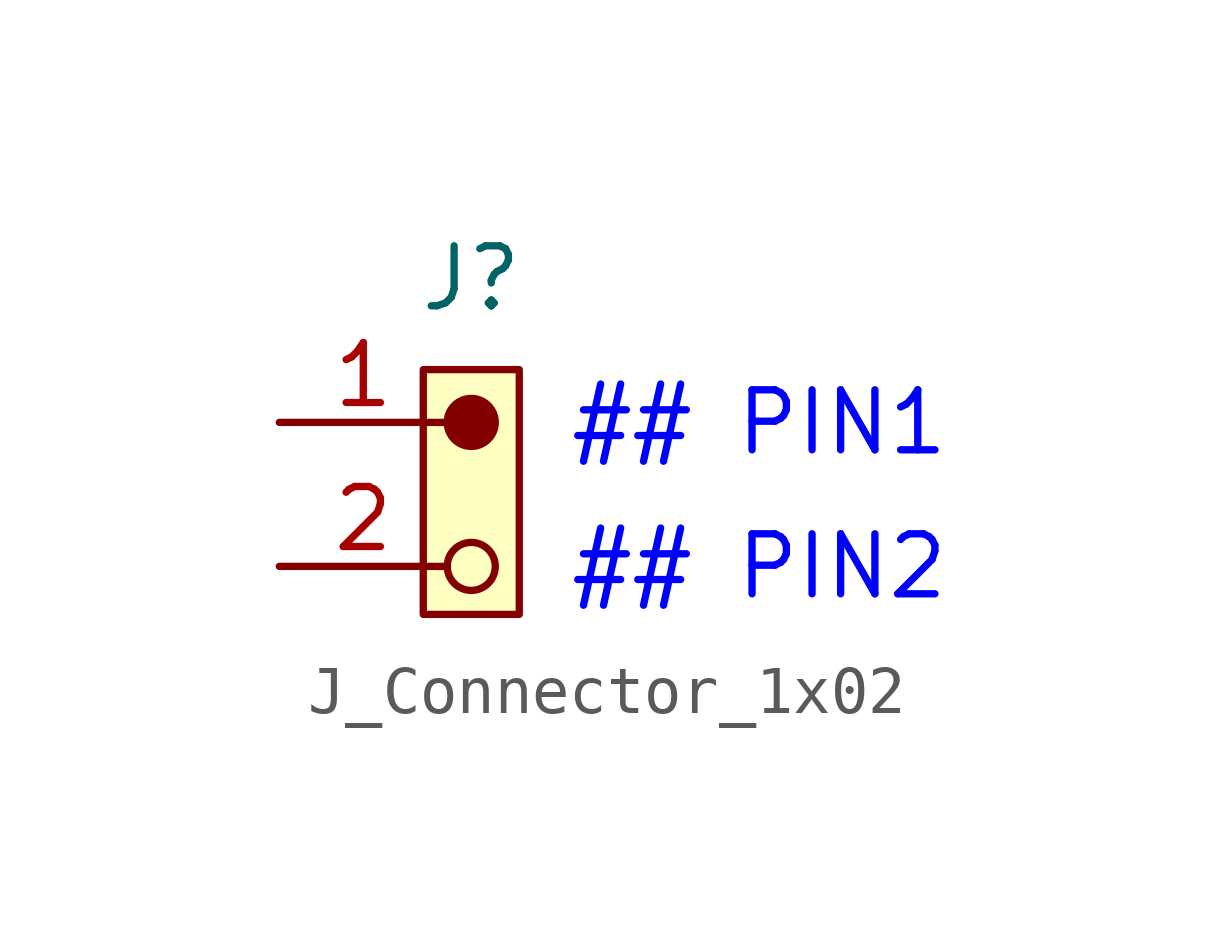
<source format=kicad_sym>
(kicad_symbol_lib
  (version 20241209)
  (generator "kicad_symbol_editor")
  (generator_version "9.0")
  (symbol "J_Connector_1x02"
    (pin_names
      (offset 0)
      (hide yes))
    (property "Reference" "J"
      (at 4 3 0)
      (do_not_autoplace)
      (effects (font (size 1.25 1.25))))
    (property "PIN_01" "## PIN1"
      (at 6 0 0)
      (do_not_autoplace)
      (effects (font (size 1.25 1.25) (color 0 0 255 1)) (justify left)))
    (property "PIN_02" "## PIN2"
      (at 6 -3 0)
      (do_not_autoplace)
      (effects (font (size 1.25 1.25) (color 0 0 255 1)) (justify left)))
    (symbol "J_Connector_1x02_0_1"
      (circle (center 4 -3) (radius 0.5) (stroke (width 0) (type default)) (fill (type none))))
    (symbol "J_Connector_1x02_1_1"
      (rectangle (start 3 1.1) (end 5 -4) (stroke (width 0) (type default)) (fill (type background)))
      (circle (center 4 0) (radius 0.5) (stroke (width 0) (type default)) (fill (type outline)))
      (pin passive line (at 0 0 0) (length 3.5) (name "1" (effects (font (size 1.25 1.25)))) (number "1" (effects (font (size 1.25 1.25)))))
      (pin passive line (at 0 -3 0) (length 3.5) (name "2" (effects (font (size 1.25 1.25)))) (number "2" (effects (font (size 1.25 1.25))))))))
</source>
